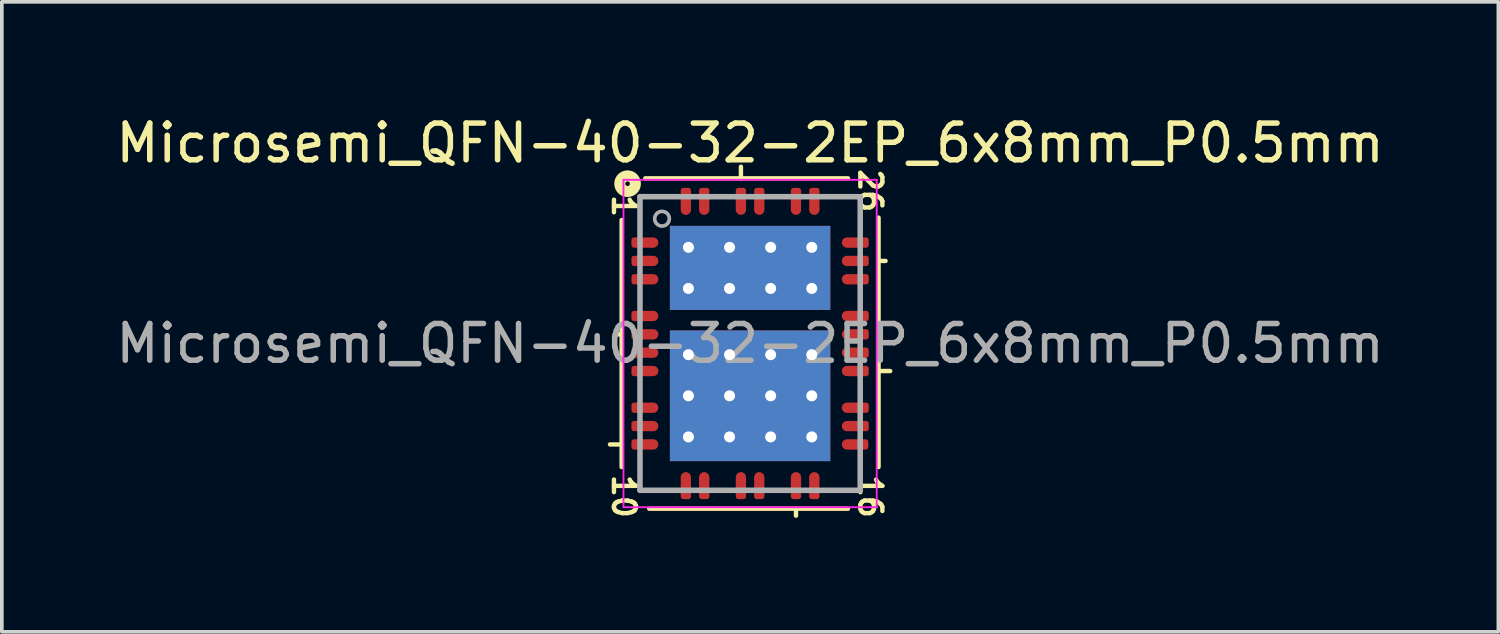
<source format=kicad_pcb>
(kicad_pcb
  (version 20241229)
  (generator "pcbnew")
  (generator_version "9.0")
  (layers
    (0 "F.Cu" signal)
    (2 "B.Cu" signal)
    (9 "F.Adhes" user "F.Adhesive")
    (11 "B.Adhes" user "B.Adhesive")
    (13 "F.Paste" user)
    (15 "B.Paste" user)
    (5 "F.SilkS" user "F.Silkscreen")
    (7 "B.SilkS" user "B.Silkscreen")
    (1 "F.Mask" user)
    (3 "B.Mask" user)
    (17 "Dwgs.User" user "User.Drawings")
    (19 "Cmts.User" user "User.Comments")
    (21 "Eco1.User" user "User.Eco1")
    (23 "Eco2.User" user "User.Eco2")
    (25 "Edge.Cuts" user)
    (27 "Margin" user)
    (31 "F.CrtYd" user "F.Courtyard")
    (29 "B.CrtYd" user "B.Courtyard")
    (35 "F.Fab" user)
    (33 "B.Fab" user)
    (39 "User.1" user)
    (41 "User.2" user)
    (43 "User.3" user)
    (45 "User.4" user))
  (footprint "Microsemi_QFN-40-32-2EP_6x8mm_P0.5mm"
    (layer "F.Cu")
    (at 17.387 6.309)
    (property "Reference" "Microsemi_QFN-40-32-2EP_6x8mm_P0.5mm" (at 0 -5.461 0) (layer "F.SilkS") (effects (font (size 1 1) (thickness 0.15))))
    (attr smd)
    (fp_line (start -3.5 -0.25) (end -3.691 -0.25) (stroke (width 0.12) (type solid)) (layer "F.SilkS"))
    (fp_line (start -3.5 2.75) (end -3.817 2.75) (stroke (width 0.12) (type solid)) (layer "F.SilkS"))
    (fp_line (start -3.5 3.365) (end -3.5 -3.365) (stroke (width 0.12) (type solid)) (layer "F.SilkS"))
    (fp_line (start -2.857 -4.5) (end 2.667 -4.5) (stroke (width 0.12) (type solid)) (layer "F.SilkS"))
    (fp_line (start -0.25 -4.5) (end -0.25 -4.817) (stroke (width 0.12) (type solid)) (layer "F.SilkS"))
    (fp_line (start 1.25 4.5) (end 1.25 4.691) (stroke (width 0.12) (type solid)) (layer "F.SilkS"))
    (fp_line (start 2.667 4.5) (end -2.75 4.5) (stroke (width 0.12) (type solid)) (layer "F.SilkS"))
    (fp_line (start 3.5 -3.429) (end 3.5 3.365) (stroke (width 0.12) (type solid)) (layer "F.SilkS"))
    (fp_line (start 3.5 -2.25) (end 3.691 -2.25) (stroke (width 0.12) (type solid)) (layer "F.SilkS"))
    (fp_line (start 3.5 0.75) (end 3.817 0.75) (stroke (width 0.12) (type solid)) (layer "F.SilkS"))
    (fp_circle (center -3.338 -4.354) (end -3.275 -4.354) (stroke (width 0.3) (type solid)) (fill no) (layer "F.SilkS"))
    (fp_line (start -3.45 -4.46) (end -3.45 4.46) (stroke (width 0.05) (type solid)) (layer "F.CrtYd"))
    (fp_line (start -3.45 -4.46) (end 3.45 -4.46) (stroke (width 0.05) (type solid)) (layer "F.CrtYd"))
    (fp_line (start -3.45 4.46) (end 3.45 4.46) (stroke (width 0.05) (type solid)) (layer "F.CrtYd"))
    (fp_line (start 3.45 -4.46) (end 3.45 4.46) (stroke (width 0.05) (type solid)) (layer "F.CrtYd"))
    (fp_line (start -3 -4) (end 3 -4) (stroke (width 0.15) (type solid)) (layer "F.Fab"))
    (fp_line (start -3 4) (end -3 -4) (stroke (width 0.15) (type solid)) (layer "F.Fab"))
    (fp_line (start 3 -4) (end 3 4) (stroke (width 0.15) (type solid)) (layer "F.Fab"))
    (fp_line (start 3 4) (end -3 4) (stroke (width 0.15) (type solid)) (layer "F.Fab"))
    (fp_circle (center -2.4 -3.4) (end -2.2 -3.4) (stroke (width 0.1) (type solid)) (fill no) (layer "F.Fab"))
    (fp_text user "26" (at 3.275 -4.164 270) (unlocked yes) (layer "F.SilkS") (effects (font (size 0.6 0.6) (thickness 0.12))))
    (fp_text user "10" (at -3.438 4.164 270) (unlocked yes) (layer "F.SilkS") (effects (font (size 0.6 0.6) (thickness 0.12))))
    (fp_text user "16" (at 3.275 4.164 270) (unlocked yes) (layer "F.SilkS") (effects (font (size 0.6 0.6) (thickness 0.12))))
    (fp_text user "1" (at -3.438 -3.747 270) (unlocked yes) (layer "F.SilkS") (effects (font (size 0.6 0.6) (thickness 0.12))))
    (fp_text user "${REFERENCE}" (at 0 0 0) (layer "F.Fab") (effects (font (size 1 1) (thickness 0.15))))
    (pad "" smd roundrect (at -1.1 -2.06) (size 1.8 1.8) (layers "F.Paste") (roundrect_rratio 0.149))
    (pad "" smd roundrect (at -1.1 1.425) (size 1.8 3.03) (layers "F.Paste") (roundrect_rratio 0.149))
    (pad "" smd roundrect (at 1.1 -2.06) (size 1.8 1.8) (layers "F.Paste") (roundrect_rratio 0.149))
    (pad "" smd roundrect (at 1.1 1.425) (size 1.8 3.03) (layers "F.Paste") (roundrect_rratio 0.149))
    (pad "1" smd roundrect (at -2.92 -2.75) (size 0.625 0.28) (layers "F.Cu" "F.Mask" "F.Paste") (roundrect_rratio 0.25))
    (pad "1" smd circle (at -2.64 -2.75) (size 0.28 0.28) (layers "F.Cu" "F.Mask" "F.Paste"))
    (pad "2" smd roundrect (at -2.92 -2.25) (size 0.625 0.28) (layers "F.Cu" "F.Mask" "F.Paste") (roundrect_rratio 0.25))
    (pad "2" smd circle (at -2.64 -2.25) (size 0.28 0.28) (layers "F.Cu" "F.Mask" "F.Paste"))
    (pad "3" smd roundrect (at -2.92 -1.75) (size 0.625 0.28) (layers "F.Cu" "F.Mask" "F.Paste") (roundrect_rratio 0.25))
    (pad "3" smd circle (at -2.64 -1.75) (size 0.28 0.28) (layers "F.Cu" "F.Mask" "F.Paste"))
    (pad "4" smd roundrect (at -2.92 -0.75) (size 0.625 0.28) (layers "F.Cu" "F.Mask" "F.Paste") (roundrect_rratio 0.25))
    (pad "4" smd circle (at -2.64 -0.75) (size 0.28 0.28) (layers "F.Cu" "F.Mask" "F.Paste"))
    (pad "5" smd roundrect (at -2.92 -0.25) (size 0.625 0.28) (layers "F.Cu" "F.Mask" "F.Paste") (roundrect_rratio 0.25))
    (pad "5" smd circle (at -2.64 -0.25) (size 0.28 0.28) (layers "F.Cu" "F.Mask" "F.Paste"))
    (pad "6" smd roundrect (at -2.92 0.25) (size 0.625 0.28) (layers "F.Cu" "F.Mask" "F.Paste") (roundrect_rratio 0.25))
    (pad "6" smd circle (at -2.64 0.25) (size 0.28 0.28) (layers "F.Cu" "F.Mask" "F.Paste"))
    (pad "7" smd roundrect (at -2.92 0.75) (size 0.625 0.28) (layers "F.Cu" "F.Mask" "F.Paste") (roundrect_rratio 0.25))
    (pad "7" smd circle (at -2.64 0.75) (size 0.28 0.28) (layers "F.Cu" "F.Mask" "F.Paste"))
    (pad "8" smd roundrect (at -2.92 1.75) (size 0.625 0.28) (layers "F.Cu" "F.Mask" "F.Paste") (roundrect_rratio 0.25))
    (pad "8" smd circle (at -2.64 1.75) (size 0.28 0.28) (layers "F.Cu" "F.Mask" "F.Paste"))
    (pad "9" smd roundrect (at -2.92 2.25) (size 0.625 0.28) (layers "F.Cu" "F.Mask" "F.Paste") (roundrect_rratio 0.25))
    (pad "9" smd circle (at -2.64 2.25) (size 0.28 0.28) (layers "F.Cu" "F.Mask" "F.Paste"))
    (pad "10" smd roundrect (at -2.92 2.75) (size 0.625 0.28) (layers "F.Cu" "F.Mask" "F.Paste") (roundrect_rratio 0.25))
    (pad "10" smd circle (at -2.64 2.75) (size 0.28 0.28) (layers "F.Cu" "F.Mask" "F.Paste"))
    (pad "11" smd circle (at -1.75 3.645) (size 0.28 0.28) (layers "F.Cu" "F.Mask" "F.Paste"))
    (pad "11" smd roundrect (at -1.75 3.925) (size 0.28 0.63) (layers "F.Cu" "F.Mask" "F.Paste") (roundrect_rratio 0.25))
    (pad "12" smd circle (at -1.25 3.645) (size 0.28 0.28) (layers "F.Cu" "F.Mask" "F.Paste"))
    (pad "12" smd roundrect (at -1.25 3.925) (size 0.28 0.63) (layers "F.Cu" "F.Mask" "F.Paste") (roundrect_rratio 0.25))
    (pad "13" smd circle (at -0.25 3.645) (size 0.28 0.28) (layers "F.Cu" "F.Mask" "F.Paste"))
    (pad "13" smd roundrect (at -0.25 3.925) (size 0.28 0.63) (layers "F.Cu" "F.Mask" "F.Paste") (roundrect_rratio 0.25))
    (pad "14" smd circle (at 0.25 3.645) (size 0.28 0.28) (layers "F.Cu" "F.Mask" "F.Paste"))
    (pad "14" smd roundrect (at 0.25 3.925) (size 0.28 0.63) (layers "F.Cu" "F.Mask" "F.Paste") (roundrect_rratio 0.25))
    (pad "15" smd circle (at 1.25 3.645) (size 0.28 0.28) (layers "F.Cu" "F.Mask" "F.Paste"))
    (pad "15" smd roundrect (at 1.25 3.925) (size 0.28 0.63) (layers "F.Cu" "F.Mask" "F.Paste") (roundrect_rratio 0.25))
    (pad "16" smd circle (at 1.75 3.645) (size 0.28 0.28) (layers "F.Cu" "F.Mask" "F.Paste"))
    (pad "16" smd roundrect (at 1.75 3.925) (size 0.28 0.63) (layers "F.Cu" "F.Mask" "F.Paste") (roundrect_rratio 0.25))
    (pad "17" smd circle (at 2.64 2.75) (size 0.28 0.28) (layers "F.Cu" "F.Mask" "F.Paste"))
    (pad "17" smd roundrect (at 2.92 2.75) (size 0.6 0.28) (layers "F.Cu" "F.Mask" "F.Paste") (roundrect_rratio 0.25))
    (pad "18" smd circle (at 2.64 2.25) (size 0.28 0.28) (layers "F.Cu" "F.Mask" "F.Paste"))
    (pad "18" smd roundrect (at 2.92 2.25) (size 0.625 0.28) (layers "F.Cu" "F.Mask" "F.Paste") (roundrect_rratio 0.25))
    (pad "19" smd circle (at 2.64 1.75) (size 0.28 0.28) (layers "F.Cu" "F.Mask" "F.Paste"))
    (pad "19" smd roundrect (at 2.92 1.75) (size 0.625 0.28) (layers "F.Cu" "F.Mask" "F.Paste") (roundrect_rratio 0.25))
    (pad "20" smd circle (at 2.64 0.75) (size 0.28 0.28) (layers "F.Cu" "F.Mask" "F.Paste"))
    (pad "20" smd roundrect (at 2.92 0.75) (size 0.625 0.28) (layers "F.Cu" "F.Mask" "F.Paste") (roundrect_rratio 0.25))
    (pad "21" smd circle (at 2.64 0.25) (size 0.28 0.28) (layers "F.Cu" "F.Mask" "F.Paste"))
    (pad "21" smd roundrect (at 2.92 0.25) (size 0.625 0.28) (layers "F.Cu" "F.Mask" "F.Paste") (roundrect_rratio 0.25))
    (pad "22" smd circle (at 2.64 -0.25) (size 0.28 0.28) (layers "F.Cu" "F.Mask" "F.Paste"))
    (pad "22" smd roundrect (at 2.92 -0.25) (size 0.625 0.28) (layers "F.Cu" "F.Mask" "F.Paste") (roundrect_rratio 0.25))
    (pad "23" smd circle (at 2.64 -0.75) (size 0.28 0.28) (layers "F.Cu" "F.Mask" "F.Paste"))
    (pad "23" smd roundrect (at 2.92 -0.75) (size 0.625 0.28) (layers "F.Cu" "F.Mask" "F.Paste") (roundrect_rratio 0.25))
    (pad "24" smd circle (at 2.64 -1.75) (size 0.28 0.28) (layers "F.Cu" "F.Mask" "F.Paste"))
    (pad "24" smd roundrect (at 2.92 -1.75) (size 0.625 0.28) (layers "F.Cu" "F.Mask" "F.Paste") (roundrect_rratio 0.25))
    (pad "25" smd circle (at 2.64 -2.25) (size 0.28 0.28) (layers "F.Cu" "F.Mask" "F.Paste"))
    (pad "25" smd roundrect (at 2.92 -2.25) (size 0.625 0.28) (layers "F.Cu" "F.Mask" "F.Paste") (roundrect_rratio 0.25))
    (pad "26" smd circle (at 2.64 -2.75) (size 0.28 0.28) (layers "F.Cu" "F.Mask" "F.Paste"))
    (pad "26" smd roundrect (at 2.92 -2.75) (size 0.625 0.28) (layers "F.Cu" "F.Mask" "F.Paste") (roundrect_rratio 0.25))
    (pad "27" smd roundrect (at 1.75 -3.925) (size 0.28 0.63) (layers "F.Cu" "F.Mask" "F.Paste") (roundrect_rratio 0.25))
    (pad "27" smd circle (at 1.75 -3.645) (size 0.28 0.28) (layers "F.Cu" "F.Mask" "F.Paste"))
    (pad "28" smd roundrect (at 1.25 -3.925) (size 0.28 0.63) (layers "F.Cu" "F.Mask" "F.Paste") (roundrect_rratio 0.25))
    (pad "28" smd circle (at 1.25 -3.645) (size 0.28 0.28) (layers "F.Cu" "F.Mask" "F.Paste"))
    (pad "29" smd roundrect (at 0.25 -3.925) (size 0.28 0.63) (layers "F.Cu" "F.Mask" "F.Paste") (roundrect_rratio 0.25))
    (pad "29" smd circle (at 0.25 -3.645) (size 0.28 0.28) (layers "F.Cu" "F.Mask" "F.Paste"))
    (pad "30" smd roundrect (at -0.25 -3.925) (size 0.28 0.63) (layers "F.Cu" "F.Mask" "F.Paste") (roundrect_rratio 0.25))
    (pad "30" smd circle (at -0.25 -3.645) (size 0.28 0.28) (layers "F.Cu" "F.Mask" "F.Paste"))
    (pad "31" smd roundrect (at -1.25 -3.925) (size 0.28 0.63) (layers "F.Cu" "F.Mask" "F.Paste") (roundrect_rratio 0.25))
    (pad "31" smd circle (at -1.25 -3.645) (size 0.28 0.28) (layers "F.Cu" "F.Mask" "F.Paste"))
    (pad "32" smd roundrect (at -1.75 -3.925) (size 0.28 0.63) (layers "F.Cu" "F.Mask" "F.Paste") (roundrect_rratio 0.25))
    (pad "32" smd circle (at -1.75 -3.645) (size 0.28 0.28) (layers "F.Cu" "F.Mask" "F.Paste"))
    (pad "33" thru_hole circle (at -1.68 -2.62) (size 0.6 0.6) (drill 0.3) (layers "*.Cu" "*.Mask"))
    (pad "33" thru_hole circle (at -1.68 -1.5) (size 0.6 0.6) (drill 0.3) (layers "*.Cu" "*.Mask"))
    (pad "33" thru_hole circle (at -0.56 -2.62) (size 0.6 0.6) (drill 0.3) (layers "*.Cu" "*.Mask"))
    (pad "33" thru_hole circle (at -0.56 -1.5) (size 0.6 0.6) (drill 0.3) (layers "*.Cu" "*.Mask"))
    (pad "33" smd rect (at 0 -2.06) (size 4.37 2.29) (layers "F.Cu" "F.Mask"))
    (pad "33" smd rect (at 0 -2.06) (size 4.37 2.29) (layers "B.Cu" "B.Mask"))
    (pad "33" thru_hole circle (at 0.56 -2.62) (size 0.6 0.6) (drill 0.3) (layers "*.Cu" "*.Mask"))
    (pad "33" thru_hole circle (at 0.56 -1.5) (size 0.6 0.6) (drill 0.3) (layers "*.Cu" "*.Mask"))
    (pad "33" thru_hole circle (at 1.68 -2.62) (size 0.6 0.6) (drill 0.3) (layers "*.Cu" "*.Mask"))
    (pad "33" thru_hole circle (at 1.68 -1.5) (size 0.6 0.6) (drill 0.3) (layers "*.Cu" "*.Mask"))
    (pad "34" thru_hole circle (at -1.68 0.305) (size 0.6 0.6) (drill 0.3) (layers "*.Cu" "*.Mask"))
    (pad "34" thru_hole circle (at -1.68 1.425) (size 0.6 0.6) (drill 0.3) (layers "*.Cu" "*.Mask"))
    (pad "34" thru_hole circle (at -1.68 2.545) (size 0.6 0.6) (drill 0.3) (layers "*.Cu" "*.Mask"))
    (pad "34" thru_hole circle (at -0.56 0.305) (size 0.6 0.6) (drill 0.3) (layers "*.Cu" "*.Mask"))
    (pad "34" thru_hole circle (at -0.56 1.425) (size 0.6 0.6) (drill 0.3) (layers "*.Cu" "*.Mask"))
    (pad "34" thru_hole circle (at -0.56 2.545) (size 0.6 0.6) (drill 0.3) (layers "*.Cu" "*.Mask"))
    (pad "34" smd rect (at 0 1.425) (size 4.37 3.56) (layers "F.Cu" "F.Mask"))
    (pad "34" smd rect (at 0 1.425) (size 4.37 3.56) (layers "B.Cu" "B.Mask"))
    (pad "34" thru_hole circle (at 0.56 0.305) (size 0.6 0.6) (drill 0.3) (layers "*.Cu" "*.Mask"))
    (pad "34" thru_hole circle (at 0.56 1.425) (size 0.6 0.6) (drill 0.3) (layers "*.Cu" "*.Mask"))
    (pad "34" thru_hole circle (at 0.56 2.545) (size 0.6 0.6) (drill 0.3) (layers "*.Cu" "*.Mask"))
    (pad "34" thru_hole circle (at 1.68 0.305) (size 0.6 0.6) (drill 0.3) (layers "*.Cu" "*.Mask"))
    (pad "34" thru_hole circle (at 1.68 1.425) (size 0.6 0.6) (drill 0.3) (layers "*.Cu" "*.Mask"))
    (pad "34" thru_hole circle (at 1.68 2.545) (size 0.6 0.6) (drill 0.3) (layers "*.Cu" "*.Mask")))
  (gr_rect
    (start -3 -3)
    (end 37.774 14.165)
    (stroke (width 0.1) (type default))
    (fill no)
    (layer "Edge.Cuts")))
</source>
